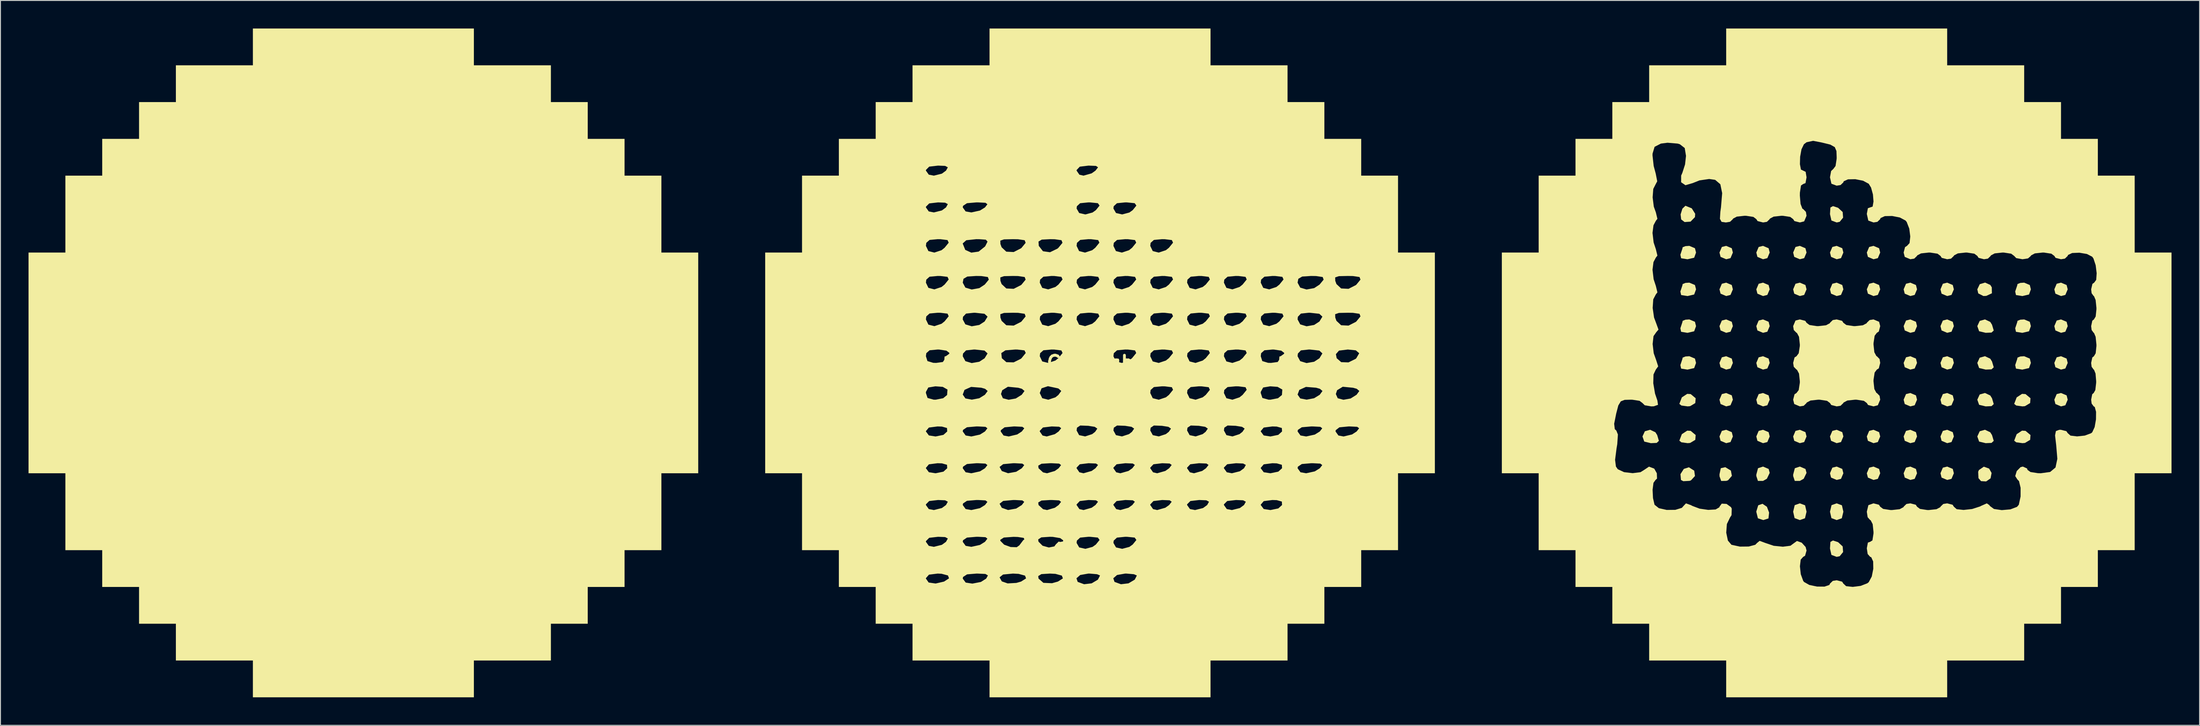
<source format=kicad_pcb>
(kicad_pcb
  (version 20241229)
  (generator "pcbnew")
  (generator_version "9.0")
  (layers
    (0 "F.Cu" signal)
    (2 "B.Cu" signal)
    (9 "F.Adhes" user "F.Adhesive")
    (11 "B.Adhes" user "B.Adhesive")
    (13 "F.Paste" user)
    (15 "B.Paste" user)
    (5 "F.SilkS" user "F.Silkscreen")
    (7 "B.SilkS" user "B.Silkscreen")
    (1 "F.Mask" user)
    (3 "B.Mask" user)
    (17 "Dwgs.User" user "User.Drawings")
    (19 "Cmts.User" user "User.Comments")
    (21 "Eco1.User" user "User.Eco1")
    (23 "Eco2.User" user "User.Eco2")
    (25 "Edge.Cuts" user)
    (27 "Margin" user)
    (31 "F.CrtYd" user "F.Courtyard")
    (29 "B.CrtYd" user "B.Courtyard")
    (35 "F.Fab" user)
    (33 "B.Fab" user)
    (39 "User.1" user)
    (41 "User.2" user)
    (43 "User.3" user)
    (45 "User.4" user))
  (footprint "Cerblights"
    (layer "F.Cu")
    (at 114.479 35.775)
    (property "Reference" "Cerblights" (at 0 0 0) (layer "F.SilkS") (effects (font (size 1.5 1.5) (thickness 0.3))))
    (attr board_only exclude_from_pos_files exclude_from_bom)
    (fp_poly (pts (xy 67.496 -12.268) (xy 67.614 -11.806) (xy 67.361 -11.208) (xy 66.899 -11.09) (xy 66.301 -11.343) (xy 66.183 -11.806) (xy 66.436 -12.404) (xy 66.899 -12.521)) (stroke (width 0) (type solid)) (fill yes) (layer "F.SilkS"))
    (fp_poly (pts (xy 67.496 -8.333) (xy 67.614 -7.87) (xy 67.361 -7.273) (xy 66.899 -7.155) (xy 66.301 -7.408) (xy 66.183 -7.87) (xy 66.436 -8.468) (xy 66.899 -8.586)) (stroke (width 0) (type solid)) (fill yes) (layer "F.SilkS"))
    (fp_poly (pts (xy 67.496 -4.398) (xy 67.614 -3.935) (xy 67.361 -3.337) (xy 66.899 -3.22) (xy 66.301 -3.473) (xy 66.183 -3.935) (xy 66.436 -4.533) (xy 66.899 -4.651)) (stroke (width 0) (type solid)) (fill yes) (layer "F.SilkS"))
    (fp_poly (pts (xy 67.496 -0.463) (xy 67.614 -0.000001) (xy 67.361 0.598) (xy 66.899 0.715) (xy 66.301 0.463) (xy 66.183 -0.000001) (xy 66.436 -0.598) (xy 66.899 -0.715)) (stroke (width 0) (type solid)) (fill yes) (layer "F.SilkS"))
    (fp_poly (pts (xy 67.496 3.473) (xy 67.614 3.935) (xy 67.361 4.533) (xy 66.899 4.651) (xy 66.301 4.398) (xy 66.183 3.935) (xy 66.436 3.337) (xy 66.899 3.22)) (stroke (width 0) (type solid)) (fill yes) (layer "F.SilkS"))
    (fp_poly (pts (xy 67.496 7.408) (xy 67.614 7.87) (xy 67.361 8.468) (xy 66.899 8.586) (xy 66.301 8.333) (xy 66.183 7.87) (xy 66.436 7.273) (xy 66.899 7.155)) (stroke (width 0) (type solid)) (fill yes) (layer "F.SilkS"))
    (fp_poly (pts (xy 71.432 -12.268) (xy 71.549 -11.806) (xy 71.296 -11.208) (xy 70.834 -11.09) (xy 70.236 -11.343) (xy 70.118 -11.806) (xy 70.371 -12.404) (xy 70.834 -12.521)) (stroke (width 0) (type solid)) (fill yes) (layer "F.SilkS"))
    (fp_poly (pts (xy 71.432 -8.333) (xy 71.549 -7.87) (xy 71.296 -7.273) (xy 70.834 -7.155) (xy 70.236 -7.408) (xy 70.118 -7.87) (xy 70.371 -8.468) (xy 70.834 -8.586)) (stroke (width 0) (type solid)) (fill yes) (layer "F.SilkS"))
    (fp_poly (pts (xy 71.432 -4.398) (xy 71.549 -3.935) (xy 71.296 -3.337) (xy 70.834 -3.22) (xy 70.236 -3.473) (xy 70.118 -3.935) (xy 70.371 -4.533) (xy 70.834 -4.651)) (stroke (width 0) (type solid)) (fill yes) (layer "F.SilkS"))
    (fp_poly (pts (xy 71.432 -0.463) (xy 71.549 -0.000001) (xy 71.296 0.598) (xy 70.834 0.715) (xy 70.236 0.463) (xy 70.118 -0.000001) (xy 70.371 -0.598) (xy 70.834 -0.715)) (stroke (width 0) (type solid)) (fill yes) (layer "F.SilkS"))
    (fp_poly (pts (xy 71.432 3.473) (xy 71.549 3.935) (xy 71.296 4.533) (xy 70.834 4.651) (xy 70.236 4.398) (xy 70.118 3.935) (xy 70.371 3.337) (xy 70.834 3.22)) (stroke (width 0) (type solid)) (fill yes) (layer "F.SilkS"))
    (fp_poly (pts (xy 71.432 7.408) (xy 71.549 7.87) (xy 71.296 8.468) (xy 70.834 8.586) (xy 70.236 8.333) (xy 70.118 7.87) (xy 70.371 7.273) (xy 70.834 7.155)) (stroke (width 0) (type solid)) (fill yes) (layer "F.SilkS"))
    (fp_poly (pts (xy 75.33 15.235) (xy 75.485 15.92) (xy 75.317 16.621) (xy 74.769 16.814) (xy 74.208 16.604) (xy 74.054 15.92) (xy 74.221 15.218) (xy 74.769 15.025)) (stroke (width 0) (type solid)) (fill yes) (layer "F.SilkS"))
    (fp_poly (pts (xy 75.367 -12.268) (xy 75.485 -11.806) (xy 75.232 -11.208) (xy 74.769 -11.09) (xy 74.171 -11.343) (xy 74.054 -11.806) (xy 74.306 -12.404) (xy 74.769 -12.521)) (stroke (width 0) (type solid)) (fill yes) (layer "F.SilkS"))
    (fp_poly (pts (xy 75.367 -8.333) (xy 75.485 -7.87) (xy 75.232 -7.273) (xy 74.769 -7.155) (xy 74.171 -7.408) (xy 74.054 -7.87) (xy 74.306 -8.468) (xy 74.769 -8.586)) (stroke (width 0) (type solid)) (fill yes) (layer "F.SilkS"))
    (fp_poly (pts (xy 75.367 7.408) (xy 75.485 7.87) (xy 75.232 8.468) (xy 74.769 8.586) (xy 74.171 8.333) (xy 74.054 7.87) (xy 74.306 7.273) (xy 74.769 7.155)) (stroke (width 0) (type solid)) (fill yes) (layer "F.SilkS"))
    (fp_poly (pts (xy 79.265 15.235) (xy 79.42 15.92) (xy 79.252 16.621) (xy 78.704 16.814) (xy 78.143 16.604) (xy 77.989 15.92) (xy 78.156 15.218) (xy 78.704 15.025)) (stroke (width 0) (type solid)) (fill yes) (layer "F.SilkS"))
    (fp_poly (pts (xy 79.302 -12.268) (xy 79.42 -11.806) (xy 79.167 -11.208) (xy 78.704 -11.09) (xy 78.106 -11.343) (xy 77.989 -11.806) (xy 78.242 -12.404) (xy 78.704 -12.521)) (stroke (width 0) (type solid)) (fill yes) (layer "F.SilkS"))
    (fp_poly (pts (xy 79.302 -8.333) (xy 79.42 -7.87) (xy 79.167 -7.273) (xy 78.704 -7.155) (xy 78.106 -7.408) (xy 77.989 -7.87) (xy 78.242 -8.468) (xy 78.704 -8.586)) (stroke (width 0) (type solid)) (fill yes) (layer "F.SilkS"))
    (fp_poly (pts (xy 79.302 7.408) (xy 79.42 7.87) (xy 79.167 8.468) (xy 78.704 8.586) (xy 78.106 8.333) (xy 77.989 7.87) (xy 78.242 7.273) (xy 78.704 7.155)) (stroke (width 0) (type solid)) (fill yes) (layer "F.SilkS"))
    (fp_poly (pts (xy 79.302 11.343) (xy 79.42 11.806) (xy 79.167 12.404) (xy 78.704 12.521) (xy 78.106 12.268) (xy 77.989 11.806) (xy 78.242 11.208) (xy 78.704 11.09)) (stroke (width 0) (type solid)) (fill yes) (layer "F.SilkS"))
    (fp_poly (pts (xy 83.237 -12.268) (xy 83.355 -11.806) (xy 83.102 -11.208) (xy 82.639 -11.09) (xy 82.042 -11.343) (xy 81.924 -11.806) (xy 82.177 -12.404) (xy 82.639 -12.521)) (stroke (width 0) (type solid)) (fill yes) (layer "F.SilkS"))
    (fp_poly (pts (xy 83.237 -8.333) (xy 83.355 -7.87) (xy 83.102 -7.273) (xy 82.639 -7.155) (xy 82.042 -7.408) (xy 81.924 -7.87) (xy 82.177 -8.468) (xy 82.639 -8.586)) (stroke (width 0) (type solid)) (fill yes) (layer "F.SilkS"))
    (fp_poly (pts (xy 83.237 7.408) (xy 83.355 7.87) (xy 83.102 8.468) (xy 82.639 8.586) (xy 82.042 8.333) (xy 81.924 7.87) (xy 82.177 7.273) (xy 82.639 7.155)) (stroke (width 0) (type solid)) (fill yes) (layer "F.SilkS"))
    (fp_poly (pts (xy 83.237 11.343) (xy 83.355 11.806) (xy 83.102 12.404) (xy 82.639 12.521) (xy 82.042 12.268) (xy 81.924 11.806) (xy 82.177 11.208) (xy 82.639 11.09)) (stroke (width 0) (type solid)) (fill yes) (layer "F.SilkS"))
    (fp_poly (pts (xy 87.173 -8.333) (xy 87.29 -7.87) (xy 87.037 -7.273) (xy 86.575 -7.155) (xy 85.977 -7.408) (xy 85.859 -7.87) (xy 86.112 -8.468) (xy 86.575 -8.586)) (stroke (width 0) (type solid)) (fill yes) (layer "F.SilkS"))
    (fp_poly (pts (xy 87.173 -4.398) (xy 87.29 -3.935) (xy 87.037 -3.337) (xy 86.575 -3.22) (xy 85.977 -3.473) (xy 85.859 -3.935) (xy 86.112 -4.533) (xy 86.575 -4.651)) (stroke (width 0) (type solid)) (fill yes) (layer "F.SilkS"))
    (fp_poly (pts (xy 87.173 -0.463) (xy 87.29 -0.000001) (xy 87.037 0.598) (xy 86.575 0.715) (xy 85.977 0.463) (xy 85.859 -0.000001) (xy 86.112 -0.598) (xy 86.575 -0.715)) (stroke (width 0) (type solid)) (fill yes) (layer "F.SilkS"))
    (fp_poly (pts (xy 87.173 3.473) (xy 87.29 3.935) (xy 87.037 4.533) (xy 86.575 4.651) (xy 85.977 4.398) (xy 85.859 3.935) (xy 86.112 3.337) (xy 86.575 3.22)) (stroke (width 0) (type solid)) (fill yes) (layer "F.SilkS"))
    (fp_poly (pts (xy 87.173 7.408) (xy 87.29 7.87) (xy 87.037 8.468) (xy 86.575 8.586) (xy 85.977 8.333) (xy 85.859 7.87) (xy 86.112 7.273) (xy 86.575 7.155)) (stroke (width 0) (type solid)) (fill yes) (layer "F.SilkS"))
    (fp_poly (pts (xy 87.173 11.343) (xy 87.29 11.806) (xy 87.037 12.404) (xy 86.575 12.521) (xy 85.977 12.268) (xy 85.859 11.806) (xy 86.112 11.208) (xy 86.575 11.09)) (stroke (width 0) (type solid)) (fill yes) (layer "F.SilkS"))
    (fp_poly (pts (xy 91.108 -8.333) (xy 91.225 -7.87) (xy 90.972 -7.273) (xy 90.51 -7.155) (xy 89.912 -7.408) (xy 89.794 -7.87) (xy 90.047 -8.468) (xy 90.51 -8.586)) (stroke (width 0) (type solid)) (fill yes) (layer "F.SilkS"))
    (fp_poly (pts (xy 91.108 -4.398) (xy 91.225 -3.935) (xy 90.972 -3.337) (xy 90.51 -3.22) (xy 89.912 -3.473) (xy 89.794 -3.935) (xy 90.047 -4.533) (xy 90.51 -4.651)) (stroke (width 0) (type solid)) (fill yes) (layer "F.SilkS"))
    (fp_poly (pts (xy 91.108 -0.463) (xy 91.225 -0.000001) (xy 90.972 0.598) (xy 90.51 0.715) (xy 89.912 0.463) (xy 89.794 -0.000001) (xy 90.047 -0.598) (xy 90.51 -0.715)) (stroke (width 0) (type solid)) (fill yes) (layer "F.SilkS"))
    (fp_poly (pts (xy 91.108 3.473) (xy 91.225 3.935) (xy 90.972 4.533) (xy 90.51 4.651) (xy 89.912 4.398) (xy 89.794 3.935) (xy 90.047 3.337) (xy 90.51 3.22)) (stroke (width 0) (type solid)) (fill yes) (layer "F.SilkS"))
    (fp_poly (pts (xy 91.108 7.408) (xy 91.225 7.87) (xy 90.972 8.468) (xy 90.51 8.586) (xy 89.912 8.333) (xy 89.794 7.87) (xy 90.047 7.273) (xy 90.51 7.155)) (stroke (width 0) (type solid)) (fill yes) (layer "F.SilkS"))
    (fp_poly (pts (xy 91.108 11.343) (xy 91.225 11.806) (xy 90.972 12.404) (xy 90.51 12.521) (xy 89.912 12.268) (xy 89.794 11.806) (xy 90.047 11.208) (xy 90.51 11.09)) (stroke (width 0) (type solid)) (fill yes) (layer "F.SilkS"))
    (fp_poly (pts (xy 103.271 -8.333) (xy 103.389 -7.87) (xy 103.136 -7.273) (xy 102.673 -7.155) (xy 102.075 -7.408) (xy 101.958 -7.87) (xy 102.211 -8.468) (xy 102.673 -8.586)) (stroke (width 0) (type solid)) (fill yes) (layer "F.SilkS"))
    (fp_poly (pts (xy 103.271 -4.398) (xy 103.389 -3.935) (xy 103.136 -3.337) (xy 102.673 -3.22) (xy 102.075 -3.473) (xy 101.958 -3.935) (xy 102.211 -4.533) (xy 102.673 -4.651)) (stroke (width 0) (type solid)) (fill yes) (layer "F.SilkS"))
    (fp_poly (pts (xy 103.271 -0.463) (xy 103.389 -0.000001) (xy 103.136 0.598) (xy 102.673 0.715) (xy 102.075 0.463) (xy 101.958 -0.000001) (xy 102.211 -0.598) (xy 102.673 -0.715)) (stroke (width 0) (type solid)) (fill yes) (layer "F.SilkS"))
    (fp_poly (pts (xy 103.271 3.473) (xy 103.389 3.935) (xy 103.136 4.533) (xy 102.673 4.651) (xy 102.075 4.398) (xy 101.958 3.935) (xy 102.211 3.337) (xy 102.673 3.22)) (stroke (width 0) (type solid)) (fill yes) (layer "F.SilkS"))
    (fp_poly (pts (xy 59.339 7.421) (xy 59.527 7.721) (xy 59.71 8.339) (xy 59.474 8.559) (xy 58.849 8.586) (xy 58.148 8.418) (xy 57.955 7.87) (xy 58.211 7.313) (xy 58.774 7.153)) (stroke (width 0) (type solid)) (fill yes) (layer "F.SilkS"))
    (fp_poly (pts (xy 63.106 3.335) (xy 63.638 3.779) (xy 63.599 4.296) (xy 63.051 4.626) (xy 62.785 4.651) (xy 62.114 4.559) (xy 61.896 4.382) (xy 62.161 3.69) (xy 62.736 3.312)) (stroke (width 0) (type solid)) (fill yes) (layer "F.SilkS"))
    (fp_poly (pts (xy 63.106 7.27) (xy 63.638 7.715) (xy 63.599 8.231) (xy 63.051 8.561) (xy 62.785 8.586) (xy 62.114 8.494) (xy 61.896 8.318) (xy 62.161 7.625) (xy 62.736 7.247)) (stroke (width 0) (type solid)) (fill yes) (layer "F.SilkS"))
    (fp_poly (pts (xy 63.485 11.53) (xy 63.565 12.101) (xy 63.139 12.565) (xy 62.981 12.62) (xy 62.317 12.655) (xy 62.068 12.52) (xy 62.014 11.901) (xy 62.372 11.34) (xy 62.915 11.166)) (stroke (width 0) (type solid)) (fill yes) (layer "F.SilkS"))
    (fp_poly (pts (xy 67.401 11.519) (xy 67.509 12.082) (xy 67.106 12.551) (xy 66.916 12.62) (xy 66.366 12.63) (xy 66.189 12.14) (xy 66.183 11.925) (xy 66.324 11.264) (xy 66.805 11.157)) (stroke (width 0) (type solid)) (fill yes) (layer "F.SilkS"))
    (fp_poly (pts (xy 71.436 11.347) (xy 71.549 11.764) (xy 71.247 12.393) (xy 70.834 12.625) (xy 70.291 12.623) (xy 70.121 12.109) (xy 70.118 11.951) (xy 70.3 11.267) (xy 70.834 11.09)) (stroke (width 0) (type solid)) (fill yes) (layer "F.SilkS"))
    (fp_poly (pts (xy 75.371 11.347) (xy 75.485 11.764) (xy 75.182 12.393) (xy 74.769 12.625) (xy 74.226 12.623) (xy 74.057 12.109) (xy 74.054 11.951) (xy 74.235 11.267) (xy 74.769 11.09)) (stroke (width 0) (type solid)) (fill yes) (layer "F.SilkS"))
    (fp_poly (pts (xy 78.854 -16.597) (xy 79.344 -16.144) (xy 79.392 -15.541) (xy 79.029 -15.095) (xy 78.704 -15.025) (xy 78.143 -15.235) (xy 77.989 -15.92) (xy 78.035 -16.624) (xy 78.31 -16.774)) (stroke (width 0) (type solid)) (fill yes) (layer "F.SilkS"))
    (fp_poly (pts (xy 78.854 19.178) (xy 79.344 19.631) (xy 79.392 20.233) (xy 79.029 20.68) (xy 78.704 20.749) (xy 78.143 20.54) (xy 77.989 19.855) (xy 78.035 19.151) (xy 78.31 19)) (stroke (width 0) (type solid)) (fill yes) (layer "F.SilkS"))
    (fp_poly (pts (xy 94.992 11.306) (xy 95.256 11.775) (xy 95.147 12.351) (xy 94.672 12.681) (xy 94.127 12.648) (xy 93.855 12.332) (xy 93.822 11.651) (xy 93.898 11.465) (xy 94.427 11.102)) (stroke (width 0) (type solid)) (fill yes) (layer "F.SilkS"))
    (fp_poly (pts (xy 95.114 -4.385) (xy 95.301 -4.085) (xy 95.485 -3.466) (xy 95.249 -3.247) (xy 94.624 -3.22) (xy 93.923 -3.387) (xy 93.73 -3.935) (xy 93.985 -4.493) (xy 94.549 -4.652)) (stroke (width 0) (type solid)) (fill yes) (layer "F.SilkS"))
    (fp_poly (pts (xy 95.114 -0.45) (xy 95.301 -0.15) (xy 95.485 0.469) (xy 95.249 0.689) (xy 94.624 0.715) (xy 93.923 0.548) (xy 93.73 -0.000001) (xy 93.985 -0.557) (xy 94.549 -0.717)) (stroke (width 0) (type solid)) (fill yes) (layer "F.SilkS"))
    (fp_poly (pts (xy 95.114 3.485) (xy 95.301 3.786) (xy 95.485 4.404) (xy 95.249 4.624) (xy 94.624 4.651) (xy 93.923 4.483) (xy 93.73 3.935) (xy 93.985 3.378) (xy 94.549 3.218)) (stroke (width 0) (type solid)) (fill yes) (layer "F.SilkS"))
    (fp_poly (pts (xy 95.114 7.421) (xy 95.301 7.721) (xy 95.485 8.339) (xy 95.249 8.559) (xy 94.624 8.586) (xy 93.923 8.418) (xy 93.73 7.87) (xy 93.985 7.313) (xy 94.549 7.153)) (stroke (width 0) (type solid)) (fill yes) (layer "F.SilkS"))
    (fp_poly (pts (xy 95.12 -8.34) (xy 95.277 -8.084) (xy 95.289 -7.448) (xy 94.689 -7.17) (xy 94.385 -7.155) (xy 93.832 -7.435) (xy 93.73 -7.87) (xy 93.992 -8.422) (xy 94.563 -8.594)) (stroke (width 0) (type solid)) (fill yes) (layer "F.SilkS"))
    (fp_poly (pts (xy 98.881 3.335) (xy 99.413 3.779) (xy 99.373 4.296) (xy 98.825 4.626) (xy 98.559 4.651) (xy 97.889 4.559) (xy 97.67 4.382) (xy 97.935 3.69) (xy 98.51 3.312)) (stroke (width 0) (type solid)) (fill yes) (layer "F.SilkS"))
    (fp_poly (pts (xy 98.881 7.27) (xy 99.413 7.715) (xy 99.373 8.231) (xy 98.825 8.561) (xy 98.559 8.586) (xy 97.889 8.494) (xy 97.67 8.318) (xy 97.935 7.625) (xy 98.51 7.247)) (stroke (width 0) (type solid)) (fill yes) (layer "F.SilkS"))
    (fp_poly (pts (xy 63.222 -16.536) (xy 63.587 -15.954) (xy 63.563 -15.598) (xy 63.095 -15.116) (xy 62.457 -15.069) (xy 62.089 -15.351) (xy 62.029 -15.887) (xy 62.221 -16.503) (xy 62.541 -16.808) (xy 62.554 -16.809)) (stroke (width 0) (type solid)) (fill yes) (layer "F.SilkS"))
    (fp_poly (pts (xy 71.252 15.394) (xy 71.485 16.013) (xy 71.416 16.641) (xy 70.862 16.814) (xy 70.859 16.814) (xy 70.288 16.623) (xy 70.119 15.939) (xy 70.118 15.893) (xy 70.323 15.232) (xy 70.78 15.072)) (stroke (width 0) (type solid)) (fill yes) (layer "F.SilkS"))
    (fp_poly (pts (xy 63.561 -12.268) (xy 63.679 -11.806) (xy 63.479 -11.253) (xy 62.776 -11.09) (xy 62.746 -11.09) (xy 62.086 -11.196) (xy 62.003 -11.576) (xy 62.031 -11.656) (xy 62.22 -12.226) (xy 62.248 -12.372) (xy 62.549 -12.493) (xy 62.963 -12.521)) (stroke (width 0) (type solid)) (fill yes) (layer "F.SilkS"))
    (fp_poly (pts (xy 63.561 -8.333) (xy 63.679 -7.87) (xy 63.479 -7.318) (xy 62.776 -7.155) (xy 62.746 -7.155) (xy 62.086 -7.261) (xy 62.003 -7.641) (xy 62.031 -7.721) (xy 62.22 -8.291) (xy 62.248 -8.436) (xy 62.549 -8.558) (xy 62.963 -8.586)) (stroke (width 0) (type solid)) (fill yes) (layer "F.SilkS"))
    (fp_poly (pts (xy 63.561 -4.398) (xy 63.679 -3.935) (xy 63.479 -3.383) (xy 62.776 -3.22) (xy 62.746 -3.22) (xy 62.086 -3.326) (xy 62.003 -3.706) (xy 62.031 -3.786) (xy 62.22 -4.356) (xy 62.248 -4.501) (xy 62.549 -4.623) (xy 62.963 -4.651)) (stroke (width 0) (type solid)) (fill yes) (layer "F.SilkS"))
    (fp_poly (pts (xy 63.561 -0.463) (xy 63.679 -0.000001) (xy 63.479 0.553) (xy 62.776 0.715) (xy 62.746 0.715) (xy 62.086 0.609) (xy 62.003 0.229) (xy 62.031 0.15) (xy 62.22 -0.421) (xy 62.248 -0.566) (xy 62.549 -0.688) (xy 62.963 -0.715)) (stroke (width 0) (type solid)) (fill yes) (layer "F.SilkS"))
    (fp_poly (pts (xy 99.336 -8.333) (xy 99.454 -7.87) (xy 99.254 -7.318) (xy 98.551 -7.155) (xy 98.521 -7.155) (xy 97.861 -7.261) (xy 97.778 -7.641) (xy 97.805 -7.721) (xy 97.995 -8.291) (xy 98.023 -8.436) (xy 98.324 -8.558) (xy 98.738 -8.586)) (stroke (width 0) (type solid)) (fill yes) (layer "F.SilkS"))
    (fp_poly (pts (xy 99.336 -4.398) (xy 99.454 -3.935) (xy 99.254 -3.383) (xy 98.551 -3.22) (xy 98.521 -3.22) (xy 97.861 -3.326) (xy 97.778 -3.706) (xy 97.805 -3.786) (xy 97.995 -4.356) (xy 98.023 -4.501) (xy 98.324 -4.623) (xy 98.738 -4.651)) (stroke (width 0) (type solid)) (fill yes) (layer "F.SilkS"))
    (fp_poly (pts (xy 99.336 -0.463) (xy 99.454 -0.000001) (xy 99.254 0.553) (xy 98.551 0.715) (xy 98.521 0.715) (xy 97.861 0.609) (xy 97.778 0.229) (xy 97.805 0.15) (xy 97.995 -0.421) (xy 98.023 -0.566) (xy 98.324 -0.688) (xy 98.738 -0.715)) (stroke (width 0) (type solid)) (fill yes) (layer "F.SilkS"))
    (fp_poly (pts (xy -66.899 -33.807) (xy -66.899 -31.839) (xy -62.785 -31.839) (xy -58.67 -31.839) (xy -58.67 -29.872) (xy -58.67 -27.904) (xy -56.703 -27.904) (xy -54.735 -27.904) (xy -54.735 -25.937) (xy -54.735 -23.969) (xy -52.768 -23.969) (xy -50.8 -23.969) (xy -50.8 -22.001) (xy -50.8 -20.034) (xy -48.832 -20.034) (xy -46.865 -20.034) (xy -46.865 -15.92) (xy -46.865 -11.806) (xy -44.897 -11.806) (xy -42.93 -11.806) (xy -42.93 -0.000001) (xy -42.93 11.806) (xy -44.897 11.806) (xy -46.865 11.806) (xy -46.865 15.92) (xy -46.865 20.034) (xy -48.832 20.034) (xy -50.8 20.034) (xy -50.8 22.001) (xy -50.8 23.969) (xy -52.768 23.969) (xy -54.735 23.969) (xy -54.735 25.937) (xy -54.735 27.904) (xy -56.703 27.904) (xy -58.67 27.904) (xy -58.67 29.872) (xy -58.67 31.839) (xy -62.785 31.839) (xy -66.899 31.839) (xy -66.899 33.807) (xy -66.899 35.775) (xy -78.704 35.775) (xy -90.51 35.775) (xy -90.51 33.807) (xy -90.51 31.839) (xy -94.624 31.839) (xy -98.738 31.839) (xy -98.738 29.872) (xy -98.738 27.904) (xy -100.706 27.904) (xy -102.673 27.904) (xy -102.673 25.937) (xy -102.673 23.969) (xy -104.641 23.969) (xy -106.608 23.969) (xy -106.608 22.001) (xy -106.608 20.034) (xy -108.576 20.034) (xy -110.544 20.034) (xy -110.544 15.92) (xy -110.544 11.806) (xy -112.511 11.806) (xy -114.479 11.806) (xy -114.479 -0.000001) (xy -114.479 -11.806) (xy -112.511 -11.806) (xy -110.544 -11.806) (xy -110.544 -15.92) (xy -110.544 -20.034) (xy -108.576 -20.034) (xy -106.608 -20.034) (xy -106.608 -22.001) (xy -106.608 -23.969) (xy -104.641 -23.969) (xy -102.673 -23.969) (xy -102.673 -25.937) (xy -102.673 -27.904) (xy -100.706 -27.904) (xy -98.738 -27.904) (xy -98.738 -29.872) (xy -98.738 -31.839) (xy -94.624 -31.839) (xy -90.51 -31.839) (xy -90.51 -33.807) (xy -90.51 -35.775) (xy -78.704 -35.775) (xy -66.899 -35.775)) (stroke (width 0) (type solid)) (fill yes) (layer "F.SilkS"))
    (fp_poly (pts (xy 83.237 -4.398) (xy 83.355 -3.935) (xy 83.205 -3.354) (xy 82.997 -3.22) (xy 82.761 -2.905) (xy 82.643 -2.132) (xy 82.639 -1.968) (xy 82.729 -1.14) (xy 82.95 -0.726) (xy 82.997 -0.715) (xy 83.288 -0.416) (xy 83.355 -0.000001) (xy 83.205 0.581) (xy 82.997 0.715) (xy 82.761 1.03) (xy 82.643 1.803) (xy 82.639 1.968) (xy 82.729 2.795) (xy 82.95 3.209) (xy 82.997 3.22) (xy 83.288 3.519) (xy 83.355 3.935) (xy 83.102 4.533) (xy 82.639 4.651) (xy 82.058 4.501) (xy 81.924 4.293) (xy 81.609 4.056) (xy 80.836 3.938) (xy 80.672 3.935) (xy 79.844 4.025) (xy 79.431 4.246) (xy 79.42 4.293) (xy 79.12 4.584) (xy 78.704 4.651) (xy 78.123 4.501) (xy 77.989 4.293) (xy 77.674 4.056) (xy 76.901 3.938) (xy 76.737 3.935) (xy 75.909 4.025) (xy 75.495 4.246) (xy 75.485 4.293) (xy 75.185 4.584) (xy 74.769 4.651) (xy 74.171 4.398) (xy 74.054 3.935) (xy 74.203 3.354) (xy 74.411 3.22) (xy 74.648 2.905) (xy 74.766 2.132) (xy 74.769 1.968) (xy 74.679 1.14) (xy 74.458 0.726) (xy 74.411 0.715) (xy 74.121 0.416) (xy 74.054 -0.000001) (xy 74.203 -0.581) (xy 74.411 -0.715) (xy 74.648 -1.03) (xy 74.766 -1.803) (xy 74.769 -1.968) (xy 74.679 -2.795) (xy 74.458 -3.209) (xy 74.411 -3.22) (xy 74.121 -3.519) (xy 74.054 -3.935) (xy 74.306 -4.533) (xy 74.769 -4.651) (xy 75.35 -4.501) (xy 75.485 -4.293) (xy 75.799 -4.056) (xy 76.572 -3.938) (xy 76.737 -3.935) (xy 77.564 -4.025) (xy 77.978 -4.246) (xy 77.989 -4.293) (xy 78.288 -4.584) (xy 78.704 -4.651) (xy 79.286 -4.501) (xy 79.42 -4.293) (xy 79.734 -4.056) (xy 80.508 -3.938) (xy 80.672 -3.935) (xy 81.499 -4.025) (xy 81.913 -4.246) (xy 81.924 -4.293) (xy 82.224 -4.584) (xy 82.639 -4.651)) (stroke (width 0) (type solid)) (fill yes) (layer "F.SilkS"))
    (fp_poly (pts (xy 90.51 -33.807) (xy 90.51 -31.839) (xy 94.624 -31.839) (xy 98.738 -31.839) (xy 98.738 -29.872) (xy 98.738 -27.904) (xy 100.706 -27.904) (xy 102.673 -27.904) (xy 102.673 -25.937) (xy 102.673 -23.969) (xy 104.641 -23.969) (xy 106.608 -23.969) (xy 106.608 -22.001) (xy 106.608 -20.034) (xy 108.576 -20.034) (xy 110.544 -20.034) (xy 110.544 -15.92) (xy 110.544 -11.806) (xy 112.511 -11.806) (xy 114.479 -11.806) (xy 114.479 -0.000001) (xy 114.479 11.806) (xy 112.511 11.806) (xy 110.544 11.806) (xy 110.544 15.92) (xy 110.544 20.034) (xy 108.576 20.034) (xy 106.608 20.034) (xy 106.608 22.001) (xy 106.608 23.969) (xy 104.641 23.969) (xy 102.673 23.969) (xy 102.673 25.937) (xy 102.673 27.904) (xy 100.706 27.904) (xy 98.738 27.904) (xy 98.738 29.872) (xy 98.738 31.839) (xy 94.624 31.839) (xy 90.51 31.839) (xy 90.51 33.807) (xy 90.51 35.775) (xy 78.704 35.775) (xy 66.899 35.775) (xy 66.899 33.807) (xy 66.899 31.839) (xy 62.785 31.839) (xy 58.67 31.839) (xy 58.67 29.872) (xy 58.67 27.904) (xy 56.703 27.904) (xy 54.735 27.904) (xy 54.735 25.937) (xy 54.735 23.969) (xy 52.768 23.969) (xy 50.8 23.969) (xy 50.8 22.001) (xy 50.8 20.034) (xy 48.832 20.034) (xy 46.865 20.034) (xy 46.865 15.92) (xy 46.865 11.806) (xy 44.897 11.806) (xy 42.93 11.806) (xy 42.93 6.512) (xy 54.931 6.512) (xy 54.998 7.088) (xy 55.162 7.237) (xy 55.331 7.66) (xy 55.262 8.687) (xy 55.185 9.151) (xy 55.029 10.366) (xy 55.119 11.086) (xy 55.319 11.376) (xy 55.99 11.687) (xy 56.908 11.795) (xy 57.743 11.692) (xy 58.134 11.448) (xy 58.654 11.098) (xy 59.213 11.311) (xy 59.49 11.806) (xy 59.51 12.376) (xy 59.352 12.521) (xy 59.131 12.828) (xy 59.036 13.567) (xy 59.079 14.462) (xy 59.245 15.175) (xy 59.708 15.543) (xy 60.546 15.729) (xy 61.464 15.72) (xy 62.164 15.506) (xy 62.35 15.294) (xy 62.603 15.027) (xy 63.146 15.222) (xy 63.27 15.294) (xy 64.065 15.594) (xy 64.984 15.725) (xy 65.771 15.679) (xy 66.172 15.447) (xy 66.183 15.383) (xy 66.425 15.056) (xy 66.938 15.086) (xy 67.407 15.425) (xy 67.494 15.586) (xy 67.471 16.291) (xy 67.304 16.552) (xy 66.973 17.24) (xy 66.905 18.162) (xy 67.082 19.008) (xy 67.464 19.459) (xy 68.366 19.653) (xy 69.311 19.644) (xy 70.012 19.455) (xy 70.195 19.267) (xy 70.474 19.037) (xy 71.096 19.267) (xy 71.976 19.565) (xy 72.956 19.664) (xy 73.764 19.561) (xy 74.12 19.298) (xy 74.46 19.052) (xy 74.968 19.233) (xy 75.385 19.692) (xy 75.485 20.072) (xy 75.327 20.632) (xy 75.127 20.749) (xy 74.861 21.048) (xy 74.778 21.758) (xy 74.869 22.605) (xy 75.125 23.31) (xy 75.216 23.434) (xy 75.778 23.754) (xy 76.599 23.927) (xy 77.404 23.933) (xy 77.922 23.757) (xy 77.989 23.611) (xy 78.288 23.321) (xy 78.704 23.254) (xy 79.286 23.403) (xy 79.42 23.611) (xy 79.716 23.886) (xy 80.422 23.962) (xy 81.265 23.855) (xy 81.973 23.581) (xy 82.128 23.458) (xy 82.454 22.853) (xy 82.617 22.024) (xy 82.602 21.243) (xy 82.394 20.784) (xy 82.282 20.749) (xy 82.015 20.443) (xy 81.924 19.834) (xy 82.038 19.225) (xy 82.282 19.139) (xy 82.525 18.988) (xy 82.637 18.259) (xy 82.639 18.087) (xy 82.551 17.251) (xy 82.333 16.827) (xy 82.282 16.814) (xy 82.013 16.508) (xy 81.924 15.92) (xy 82.092 15.218) (xy 82.639 15.025) (xy 83.221 15.175) (xy 83.355 15.383) (xy 83.669 15.62) (xy 84.443 15.738) (xy 84.607 15.741) (xy 85.435 15.651) (xy 85.848 15.43) (xy 85.859 15.383) (xy 86.159 15.092) (xy 86.575 15.025) (xy 87.156 15.175) (xy 87.29 15.383) (xy 87.605 15.62) (xy 88.378 15.738) (xy 88.542 15.741) (xy 89.37 15.651) (xy 89.784 15.43) (xy 89.794 15.383) (xy 90.094 15.092) (xy 90.51 15.025) (xy 91.091 15.175) (xy 91.225 15.383) (xy 91.527 15.65) (xy 92.262 15.73) (xy 93.176 15.631) (xy 94.013 15.361) (xy 94.139 15.294) (xy 94.747 15.027) (xy 95.029 15.222) (xy 95.058 15.294) (xy 95.509 15.627) (xy 96.343 15.749) (xy 97.262 15.67) (xy 97.97 15.402) (xy 98.163 15.175) (xy 98.353 14.296) (xy 98.355 13.358) (xy 98.186 12.651) (xy 98.002 12.455) (xy 97.782 12.106) (xy 97.942 11.57) (xy 98.348 11.155) (xy 98.597 11.09) (xy 99.048 11.296) (xy 99.096 11.448) (xy 99.413 11.673) (xy 100.203 11.797) (xy 100.503 11.806) (xy 101.511 11.669) (xy 102.085 11.189) (xy 102.281 10.259) (xy 102.156 8.772) (xy 102.15 8.729) (xy 102.037 7.755) (xy 102.127 7.294) (xy 102.479 7.16) (xy 102.651 7.155) (xy 103.244 7.301) (xy 103.389 7.513) (xy 103.686 7.778) (xy 104.39 7.862) (xy 105.217 7.775) (xy 105.884 7.526) (xy 106.008 7.423) (xy 106.267 6.865) (xy 106.409 6.042) (xy 106.418 5.231) (xy 106.278 4.714) (xy 106.165 4.651) (xy 105.944 4.35) (xy 105.893 3.935) (xy 106.006 3.353) (xy 106.161 3.22) (xy 106.339 2.905) (xy 106.427 2.131) (xy 106.43 1.968) (xy 106.362 1.14) (xy 106.196 0.726) (xy 106.161 0.715) (xy 105.943 0.415) (xy 105.893 -0.000001) (xy 106.017 -0.582) (xy 106.188 -0.715) (xy 106.376 -1.03) (xy 106.457 -1.802) (xy 106.456 -1.967) (xy 106.371 -2.795) (xy 106.196 -3.208) (xy 106.161 -3.219) (xy 105.943 -3.52) (xy 105.893 -3.935) (xy 106.017 -4.517) (xy 106.188 -4.651) (xy 106.376 -4.965) (xy 106.457 -5.738) (xy 106.456 -5.902) (xy 106.371 -6.73) (xy 106.196 -7.143) (xy 106.161 -7.154) (xy 105.943 -7.455) (xy 105.893 -7.87) (xy 106.028 -8.452) (xy 106.214 -8.586) (xy 106.434 -8.885) (xy 106.482 -9.597) (xy 106.377 -10.449) (xy 106.141 -11.165) (xy 106.008 -11.358) (xy 105.442 -11.653) (xy 104.633 -11.789) (xy 103.863 -11.756) (xy 103.417 -11.545) (xy 103.389 -11.448) (xy 103.089 -11.157) (xy 102.673 -11.09) (xy 102.092 -11.24) (xy 101.958 -11.448) (xy 101.643 -11.684) (xy 100.87 -11.803) (xy 100.706 -11.806) (xy 99.878 -11.716) (xy 99.464 -11.495) (xy 99.454 -11.448) (xy 99.147 -11.179) (xy 98.559 -11.09) (xy 97.887 -11.213) (xy 97.665 -11.448) (xy 97.35 -11.684) (xy 96.577 -11.803) (xy 96.413 -11.806) (xy 95.585 -11.716) (xy 95.171 -11.495) (xy 95.161 -11.448) (xy 94.861 -11.157) (xy 94.445 -11.09) (xy 93.864 -11.24) (xy 93.73 -11.448) (xy 93.415 -11.684) (xy 92.642 -11.803) (xy 92.477 -11.806) (xy 91.65 -11.716) (xy 91.236 -11.495) (xy 91.225 -11.448) (xy 90.926 -11.157) (xy 90.51 -11.09) (xy 89.929 -11.24) (xy 89.794 -11.448) (xy 89.48 -11.684) (xy 88.707 -11.803) (xy 88.542 -11.806) (xy 87.715 -11.716) (xy 87.301 -11.495) (xy 87.29 -11.448) (xy 86.991 -11.157) (xy 86.575 -11.09) (xy 85.977 -11.343) (xy 85.859 -11.806) (xy 86.009 -12.387) (xy 86.217 -12.521) (xy 86.491 -12.817) (xy 86.568 -13.523) (xy 86.461 -14.366) (xy 86.187 -15.074) (xy 86.064 -15.23) (xy 85.459 -15.555) (xy 84.63 -15.718) (xy 83.849 -15.704) (xy 83.39 -15.495) (xy 83.355 -15.383) (xy 83.055 -15.092) (xy 82.639 -15.025) (xy 82.083 -15.229) (xy 81.924 -15.941) (xy 82.038 -16.549) (xy 82.282 -16.635) (xy 82.545 -16.723) (xy 82.639 -17.265) (xy 82.579 -18.022) (xy 82.378 -18.756) (xy 82.128 -19.165) (xy 81.524 -19.491) (xy 80.695 -19.654) (xy 79.914 -19.639) (xy 79.454 -19.431) (xy 79.42 -19.318) (xy 79.12 -19.028) (xy 78.704 -18.961) (xy 78.143 -19.17) (xy 77.989 -19.855) (xy 78.111 -20.527) (xy 78.346 -20.749) (xy 78.583 -21.064) (xy 78.701 -21.836) (xy 78.704 -21.995) (xy 78.679 -22.667) (xy 78.502 -23.085) (xy 78.022 -23.356) (xy 77.086 -23.585) (xy 76.189 -23.758) (xy 75.493 -23.61) (xy 75.206 -23.393) (xy 74.944 -22.85) (xy 74.8 -22.058) (xy 74.778 -21.256) (xy 74.887 -20.681) (xy 75.127 -20.57) (xy 75.39 -20.442) (xy 75.485 -19.855) (xy 75.373 -19.233) (xy 75.127 -19.139) (xy 74.892 -18.978) (xy 74.776 -18.223) (xy 74.769 -17.908) (xy 74.847 -17.005) (xy 75.043 -16.497) (xy 75.127 -16.456) (xy 75.417 -16.157) (xy 75.485 -15.741) (xy 75.232 -15.143) (xy 74.769 -15.025) (xy 74.188 -15.175) (xy 74.054 -15.383) (xy 73.739 -15.62) (xy 72.966 -15.738) (xy 72.801 -15.741) (xy 71.974 -15.651) (xy 71.56 -15.43) (xy 71.549 -15.383) (xy 71.25 -15.092) (xy 70.834 -15.025) (xy 70.252 -15.175) (xy 70.118 -15.383) (xy 69.804 -15.62) (xy 69.031 -15.738) (xy 68.866 -15.741) (xy 68.039 -15.651) (xy 67.625 -15.43) (xy 67.614 -15.383) (xy 67.313 -15.098) (xy 66.858 -15.025) (xy 66.405 -15.091) (xy 66.231 -15.413) (xy 66.278 -16.176) (xy 66.344 -16.64) (xy 66.47 -18.161) (xy 66.275 -19.114) (xy 65.721 -19.585) (xy 65.081 -19.676) (xy 64.051 -19.527) (xy 63.325 -19.238) (xy 62.548 -19.01) (xy 62.084 -19.328) (xy 62.088 -20.04) (xy 62.215 -20.33) (xy 62.505 -21.232) (xy 62.606 -22.15) (xy 62.47 -22.987) (xy 61.95 -23.393) (xy 61.711 -23.464) (xy 60.632 -23.554) (xy 59.923 -23.464) (xy 59.251 -23.118) (xy 59.033 -22.395) (xy 59.028 -22.197) (xy 59.153 -21.068) (xy 59.372 -20.249) (xy 59.532 -19.429) (xy 59.372 -19.131) (xy 59.11 -18.615) (xy 59.041 -17.711) (xy 59.165 -16.722) (xy 59.387 -16.097) (xy 59.551 -15.416) (xy 59.387 -15.205) (xy 59.131 -14.722) (xy 59.028 -13.907) (xy 59.147 -12.887) (xy 59.387 -12.162) (xy 59.551 -11.481) (xy 59.387 -11.27) (xy 59.131 -10.787) (xy 59.028 -9.972) (xy 59.147 -8.952) (xy 59.387 -8.226) (xy 59.551 -7.546) (xy 59.387 -7.334) (xy 59.108 -6.803) (xy 59.045 -5.88) (xy 59.192 -4.856) (xy 59.437 -4.197) (xy 59.667 -3.564) (xy 59.437 -3.296) (xy 59.135 -2.864) (xy 59.041 -2.02) (xy 59.157 -1.035) (xy 59.423 -0.289) (xy 59.634 0.371) (xy 59.379 0.72) (xy 59.133 1.239) (xy 59.11 2.178) (xy 59.297 3.283) (xy 59.549 4.025) (xy 59.616 4.486) (xy 59.159 4.643) (xy 58.888 4.651) (xy 58.197 4.533) (xy 57.955 4.293) (xy 57.641 4.056) (xy 56.868 3.938) (xy 56.71 3.935) (xy 56.053 3.954) (xy 55.642 4.11) (xy 55.374 4.553) (xy 55.146 5.431) (xy 54.931 6.512) (xy 42.93 6.512) (xy 42.93 -0.000001) (xy 42.93 -11.806) (xy 44.897 -11.806) (xy 46.865 -11.806) (xy 46.865 -15.92) (xy 46.865 -20.034) (xy 48.832 -20.034) (xy 50.8 -20.034) (xy 50.8 -22.001) (xy 50.8 -23.969) (xy 52.768 -23.969) (xy 54.735 -23.969) (xy 54.735 -25.937) (xy 54.735 -27.904) (xy 56.703 -27.904) (xy 58.67 -27.904) (xy 58.67 -29.872) (xy 58.67 -31.839) (xy 62.785 -31.839) (xy 66.899 -31.839) (xy 66.899 -33.807) (xy 66.899 -35.775) (xy 78.704 -35.775) (xy 90.51 -35.775)) (stroke (width 0) (type solid)) (fill yes) (layer "F.SilkS"))
    (fp_poly (pts (xy 11.806 -33.807) (xy 11.806 -31.839) (xy 15.92 -31.839) (xy 20.034 -31.839) (xy 20.034 -29.872) (xy 20.034 -27.904) (xy 22.001 -27.904) (xy 23.969 -27.904) (xy 23.969 -25.937) (xy 23.969 -23.969) (xy 25.937 -23.969) (xy 27.904 -23.969) (xy 27.904 -22.001) (xy 27.904 -20.034) (xy 29.872 -20.034) (xy 31.839 -20.034) (xy 31.839 -15.92) (xy 31.839 -11.806) (xy 33.807 -11.806) (xy 35.775 -11.806) (xy 35.775 -0.000001) (xy 35.775 11.806) (xy 33.807 11.806) (xy 31.839 11.806) (xy 31.839 15.92) (xy 31.839 20.034) (xy 29.872 20.034) (xy 27.904 20.034) (xy 27.904 22.001) (xy 27.904 23.969) (xy 25.937 23.969) (xy 23.969 23.969) (xy 23.969 25.937) (xy 23.969 27.904) (xy 22.001 27.904) (xy 20.034 27.904) (xy 20.034 29.872) (xy 20.034 31.839) (xy 15.92 31.839) (xy 11.806 31.839) (xy 11.806 33.807) (xy 11.806 35.775) (xy 0 35.775) (xy -11.806 35.775) (xy -11.806 33.807) (xy -11.806 31.839) (xy -15.92 31.839) (xy -20.034 31.839) (xy -20.034 29.872) (xy -20.034 27.904) (xy -22.001 27.904) (xy -23.969 27.904) (xy -23.969 25.937) (xy -23.969 23.969) (xy -25.937 23.969) (xy -27.904 23.969) (xy -27.904 23.075) (xy -18.603 23.075) (xy -18.308 23.495) (xy -17.564 23.602) (xy -16.664 23.394) (xy -16.175 23.075) (xy -14.668 23.075) (xy -14.35 23.502) (xy -13.638 23.611) (xy -12.73 23.435) (xy -12.163 23.075) (xy -12.089 22.94) (xy -10.733 22.94) (xy -10.494 23.373) (xy -9.87 23.59) (xy -8.941 23.537) (xy -8.436 23.394) (xy -7.902 23.054) (xy -7.994 22.808) (xy -6.603 22.808) (xy -6.569 23.075) (xy -6.05 23.529) (xy -5.129 23.569) (xy -4.501 23.394) (xy -3.967 23.054) (xy -3.972 23.042) (xy -2.518 23.042) (xy -2.387 23.427) (xy -1.699 23.679) (xy -0.894 23.583) (xy -0.226 23.187) (xy -0.153 23.042) (xy 1.417 23.042) (xy 1.548 23.427) (xy 2.236 23.679) (xy 3.041 23.583) (xy 3.709 23.187) (xy 3.935 22.742) (xy 3.62 22.607) (xy 2.846 22.54) (xy 2.683 22.538) (xy 1.817 22.691) (xy 1.417 23.042) (xy -0.153 23.042) (xy 0 22.742) (xy -0.315 22.607) (xy -1.089 22.54) (xy -1.252 22.538) (xy -2.118 22.691) (xy -2.518 23.042) (xy -3.972 23.042) (xy -4.079 22.756) (xy -4.766 22.568) (xy -5.355 22.538) (xy -6.267 22.596) (xy -6.603 22.808) (xy -7.994 22.808) (xy -8.014 22.757) (xy -8.701 22.569) (xy -9.301 22.538) (xy -10.358 22.639) (xy -10.733 22.94) (xy -12.089 22.94) (xy -11.977 22.736) (xy -12.247 22.579) (xy -13.098 22.538) (xy -13.193 22.538) (xy -14.204 22.621) (xy -14.633 22.9) (xy -14.668 23.075) (xy -16.175 23.075) (xy -16.134 23.048) (xy -16.248 22.74) (xy -16.935 22.557) (xy -17.351 22.538) (xy -18.277 22.654) (xy -18.601 23.026) (xy -18.603 23.075) (xy -27.904 23.075) (xy -27.904 22.001) (xy -27.904 20.034) (xy -29.872 20.034) (xy -31.839 20.034) (xy -31.839 19.139) (xy -18.603 19.139) (xy -18.294 19.572) (xy -17.752 19.676) (xy -16.897 19.462) (xy -16.456 19.139) (xy -14.668 19.139) (xy -14.355 19.57) (xy -13.748 19.676) (xy -12.828 19.474) (xy -12.291 19.139) (xy -12.128 18.926) (xy -10.657 18.926) (xy -10.646 19.04) (xy -10.243 19.446) (xy -9.553 19.697) (xy -8.899 19.717) (xy -8.622 19.52) (xy -8.209 18.973) (xy -8.094 18.884) (xy -6.607 18.884) (xy -6.577 19.119) (xy -6.14 19.559) (xy -5.468 19.747) (xy -4.884 19.633) (xy -4.713 19.403) (xy -4.563 19.257) (xy -2.504 19.257) (xy -2.226 19.74) (xy -1.569 19.89) (xy -0.8 19.684) (xy -0.447 19.433) (xy -0.305 19.257) (xy 1.431 19.257) (xy 1.709 19.74) (xy 2.366 19.89) (xy 3.136 19.684) (xy 3.488 19.433) (xy 3.885 18.943) (xy 3.703 18.687) (xy 2.883 18.604) (xy 2.683 18.603) (xy 1.808 18.691) (xy 1.461 19.014) (xy 1.431 19.257) (xy -0.305 19.257) (xy -0.05 18.943) (xy -0.232 18.687) (xy -1.052 18.604) (xy -1.252 18.603) (xy -2.127 18.691) (xy -2.474 19.014) (xy -2.504 19.257) (xy -4.563 19.257) (xy -4.415 19.112) (xy -4.266 19.156) (xy -3.956 19.101) (xy -3.935 18.982) (xy -4.252 18.744) (xy -5.044 18.612) (xy -5.355 18.603) (xy -6.273 18.664) (xy -6.607 18.884) (xy -8.094 18.884) (xy -8.085 18.877) (xy -8.155 18.72) (xy -8.782 18.623) (xy -9.242 18.608) (xy -10.278 18.683) (xy -10.657 18.926) (xy -12.128 18.926) (xy -12.032 18.801) (xy -12.236 18.645) (xy -13.019 18.603) (xy -13.211 18.603) (xy -14.216 18.688) (xy -14.637 18.973) (xy -14.668 19.139) (xy -16.456 19.139) (xy -16.261 18.786) (xy -16.549 18.633) (xy -17.307 18.603) (xy -18.25 18.711) (xy -18.597 19.061) (xy -18.603 19.139) (xy -31.839 19.139) (xy -31.839 15.92) (xy -31.839 15.204) (xy -18.603 15.204) (xy -18.294 15.637) (xy -17.752 15.741) (xy -16.897 15.527) (xy -16.456 15.204) (xy -14.668 15.204) (xy -14.355 15.635) (xy -13.748 15.741) (xy -12.828 15.539) (xy -12.291 15.204) (xy -12.185 15.066) (xy -10.733 15.066) (xy -10.494 15.502) (xy -9.826 15.737) (xy -8.959 15.583) (xy -8.356 15.204) (xy -8.146 14.93) (xy -6.6 14.93) (xy -6.569 15.204) (xy -6.082 15.651) (xy -5.66 15.741) (xy -4.828 15.497) (xy -4.421 15.204) (xy -2.504 15.204) (xy -2.204 15.641) (xy -1.763 15.741) (xy -0.896 15.495) (xy -0.486 15.204) (xy 1.431 15.204) (xy 1.732 15.641) (xy 2.172 15.741) (xy 3.039 15.495) (xy 3.45 15.204) (xy 5.366 15.204) (xy 5.667 15.641) (xy 6.107 15.741) (xy 6.974 15.495) (xy 7.385 15.204) (xy 9.301 15.204) (xy 9.61 15.637) (xy 10.152 15.741) (xy 11.007 15.527) (xy 11.448 15.204) (xy 13.237 15.204) (xy 13.545 15.637) (xy 14.087 15.741) (xy 14.943 15.527) (xy 15.383 15.204) (xy 17.172 15.204) (xy 17.49 15.631) (xy 18.207 15.741) (xy 19.045 15.569) (xy 19.448 15.204) (xy 19.424 14.834) (xy 18.884 14.682) (xy 18.413 14.668) (xy 17.491 14.786) (xy 17.173 15.163) (xy 17.172 15.204) (xy 15.383 15.204) (xy 15.579 14.851) (xy 15.29 14.698) (xy 14.533 14.668) (xy 13.589 14.776) (xy 13.243 15.126) (xy 13.237 15.204) (xy 11.448 15.204) (xy 11.643 14.851) (xy 11.355 14.698) (xy 10.597 14.668) (xy 9.654 14.776) (xy 9.307 15.126) (xy 9.301 15.204) (xy 7.385 15.204) (xy 7.658 14.851) (xy 7.438 14.699) (xy 6.644 14.668) (xy 5.708 14.779) (xy 5.37 15.138) (xy 5.366 15.204) (xy 3.45 15.204) (xy 3.722 14.851) (xy 3.503 14.699) (xy 2.709 14.668) (xy 1.772 14.779) (xy 1.435 15.138) (xy 1.431 15.204) (xy -0.486 15.204) (xy -0.213 14.851) (xy -0.432 14.699) (xy -1.227 14.668) (xy -2.163 14.779) (xy -2.5 15.138) (xy -2.504 15.204) (xy -4.421 15.204) (xy -4.161 14.865) (xy -4.365 14.709) (xy -5.151 14.668) (xy -5.329 14.668) (xy -6.252 14.724) (xy -6.6 14.93) (xy -8.146 14.93) (xy -8.097 14.866) (xy -8.301 14.71) (xy -9.084 14.668) (xy -9.276 14.668) (xy -10.347 14.767) (xy -10.733 15.066) (xy -12.185 15.066) (xy -12.032 14.866) (xy -12.236 14.71) (xy -13.019 14.668) (xy -13.211 14.668) (xy -14.216 14.753) (xy -14.637 15.038) (xy -14.668 15.204) (xy -16.456 15.204) (xy -16.261 14.851) (xy -16.549 14.698) (xy -17.307 14.668) (xy -18.25 14.776) (xy -18.597 15.126) (xy -18.603 15.204) (xy -31.839 15.204) (xy -31.839 11.806) (xy -33.807 11.806) (xy -35.775 11.806) (xy -35.775 11.269) (xy -18.603 11.269) (xy -18.285 11.696) (xy -17.568 11.806) (xy -16.73 11.634) (xy -16.327 11.269) (xy -14.668 11.269) (xy -14.355 11.7) (xy -13.748 11.806) (xy -12.828 11.604) (xy -12.291 11.269) (xy -12.185 11.13) (xy -10.733 11.13) (xy -10.494 11.567) (xy -9.826 11.802) (xy -8.959 11.648) (xy -8.356 11.269) (xy -8.146 10.995) (xy -6.6 10.995) (xy -6.569 11.269) (xy -6.082 11.716) (xy -5.66 11.806) (xy -4.828 11.562) (xy -4.421 11.269) (xy -2.504 11.269) (xy -2.204 11.705) (xy -1.763 11.806) (xy -0.896 11.56) (xy -0.486 11.269) (xy 1.431 11.269) (xy 1.732 11.705) (xy 2.172 11.806) (xy 3.039 11.56) (xy 3.45 11.269) (xy 5.366 11.269) (xy 5.667 11.705) (xy 6.107 11.806) (xy 6.974 11.56) (xy 7.385 11.269) (xy 9.301 11.269) (xy 9.602 11.705) (xy 10.042 11.806) (xy 10.91 11.56) (xy 11.32 11.269) (xy 13.237 11.269) (xy 13.545 11.702) (xy 14.087 11.806) (xy 14.943 11.592) (xy 15.383 11.269) (xy 17.172 11.269) (xy 17.49 11.696) (xy 18.207 11.806) (xy 19.045 11.634) (xy 19.448 11.269) (xy 21.107 11.269) (xy 21.419 11.7) (xy 22.027 11.806) (xy 22.947 11.604) (xy 23.484 11.269) (xy 23.743 10.931) (xy 23.539 10.774) (xy 22.756 10.733) (xy 22.564 10.732) (xy 21.559 10.818) (xy 21.138 11.103) (xy 21.107 11.269) (xy 19.448 11.269) (xy 19.424 10.899) (xy 18.884 10.747) (xy 18.413 10.732) (xy 17.491 10.851) (xy 17.173 11.228) (xy 17.172 11.269) (xy 15.383 11.269) (xy 15.579 10.916) (xy 15.29 10.763) (xy 14.533 10.732) (xy 13.589 10.841) (xy 13.243 11.191) (xy 13.237 11.269) (xy 11.32 11.269) (xy 11.593 10.916) (xy 11.373 10.764) (xy 10.579 10.732) (xy 9.643 10.844) (xy 9.306 11.203) (xy 9.301 11.269) (xy 7.385 11.269) (xy 7.658 10.916) (xy 7.438 10.764) (xy 6.644 10.732) (xy 5.708 10.844) (xy 5.37 11.203) (xy 5.366 11.269) (xy 3.45 11.269) (xy 3.722 10.916) (xy 3.503 10.764) (xy 2.709 10.732) (xy 1.772 10.844) (xy 1.435 11.203) (xy 1.431 11.269) (xy -0.486 11.269) (xy -0.213 10.916) (xy -0.432 10.764) (xy -1.227 10.732) (xy -2.163 10.844) (xy -2.5 11.203) (xy -2.504 11.269) (xy -4.421 11.269) (xy -4.161 10.93) (xy -4.365 10.774) (xy -5.151 10.733) (xy -5.329 10.732) (xy -6.252 10.788) (xy -6.6 10.995) (xy -8.146 10.995) (xy -8.097 10.931) (xy -8.301 10.774) (xy -9.084 10.733) (xy -9.276 10.732) (xy -10.347 10.832) (xy -10.733 11.13) (xy -12.185 11.13) (xy -12.032 10.931) (xy -12.236 10.774) (xy -13.019 10.733) (xy -13.211 10.732) (xy -14.216 10.818) (xy -14.637 11.103) (xy -14.668 11.269) (xy -16.327 11.269) (xy -16.35 10.899) (xy -16.89 10.747) (xy -17.362 10.732) (xy -18.284 10.851) (xy -18.601 11.228) (xy -18.603 11.269) (xy -35.775 11.269) (xy -35.775 7.334) (xy -18.603 7.334) (xy -18.285 7.761) (xy -17.568 7.87) (xy -16.73 7.699) (xy -16.327 7.334) (xy -14.668 7.334) (xy -14.355 7.765) (xy -13.748 7.87) (xy -12.828 7.668) (xy -12.291 7.334) (xy -10.613 7.334) (xy -10.304 7.767) (xy -9.753 7.87) (xy -8.847 7.654) (xy -8.356 7.334) (xy -6.439 7.334) (xy -6.139 7.77) (xy -5.698 7.87) (xy -4.831 7.625) (xy -4.421 7.334) (xy -4.338 7.227) (xy -2.504 7.227) (xy -2.234 7.728) (xy -1.593 7.865) (xy -0.839 7.62) (xy -0.523 7.372) (xy -0.425 7.227) (xy 1.431 7.227) (xy 1.702 7.728) (xy 2.342 7.865) (xy 3.096 7.62) (xy 3.412 7.372) (xy 3.51 7.227) (xy 5.366 7.227) (xy 5.637 7.728) (xy 6.277 7.865) (xy 7.031 7.62) (xy 7.347 7.372) (xy 7.446 7.227) (xy 9.301 7.227) (xy 9.572 7.728) (xy 10.213 7.865) (xy 10.966 7.62) (xy 11.282 7.372) (xy 11.381 7.227) (xy 13.237 7.227) (xy 13.507 7.728) (xy 14.148 7.865) (xy 14.902 7.62) (xy 15.218 7.372) (xy 15.243 7.334) (xy 17.172 7.334) (xy 17.49 7.761) (xy 18.207 7.87) (xy 19.045 7.699) (xy 19.448 7.334) (xy 21.107 7.334) (xy 21.419 7.765) (xy 22.027 7.87) (xy 22.947 7.668) (xy 23.484 7.334) (xy 25.162 7.334) (xy 25.471 7.767) (xy 26.022 7.87) (xy 26.927 7.654) (xy 27.419 7.334) (xy 27.682 6.991) (xy 27.474 6.836) (xy 26.678 6.797) (xy 26.558 6.797) (xy 25.576 6.89) (xy 25.181 7.197) (xy 25.162 7.334) (xy 23.484 7.334) (xy 23.743 6.995) (xy 23.539 6.839) (xy 22.756 6.798) (xy 22.564 6.797) (xy 21.559 6.883) (xy 21.138 7.167) (xy 21.107 7.334) (xy 19.448 7.334) (xy 19.424 6.964) (xy 18.884 6.812) (xy 18.413 6.797) (xy 17.491 6.916) (xy 17.173 7.293) (xy 17.172 7.334) (xy 15.243 7.334) (xy 15.451 7.028) (xy 15.173 6.838) (xy 14.477 6.728) (xy 13.626 6.698) (xy 13.28 6.93) (xy 13.237 7.227) (xy 11.381 7.227) (xy 11.516 7.028) (xy 11.238 6.838) (xy 10.541 6.728) (xy 9.691 6.698) (xy 9.345 6.93) (xy 9.301 7.227) (xy 7.446 7.227) (xy 7.581 7.028) (xy 7.303 6.838) (xy 6.606 6.728) (xy 5.756 6.698) (xy 5.41 6.93) (xy 5.366 7.227) (xy 3.51 7.227) (xy 3.646 7.028) (xy 3.368 6.838) (xy 2.671 6.728) (xy 1.821 6.698) (xy 1.475 6.93) (xy 1.431 7.227) (xy -0.425 7.227) (xy -0.289 7.028) (xy -0.567 6.838) (xy -1.264 6.728) (xy -2.114 6.698) (xy -2.461 6.93) (xy -2.504 7.227) (xy -4.338 7.227) (xy -4.148 6.981) (xy -4.367 6.829) (xy -5.162 6.797) (xy -6.098 6.909) (xy -6.435 7.267) (xy -6.439 7.334) (xy -8.356 7.334) (xy -8.092 6.991) (xy -8.301 6.836) (xy -9.097 6.797) (xy -9.216 6.797) (xy -10.198 6.89) (xy -10.593 7.197) (xy -10.613 7.334) (xy -12.291 7.334) (xy -12.032 6.995) (xy -12.236 6.839) (xy -13.019 6.798) (xy -13.211 6.797) (xy -14.216 6.883) (xy -14.637 7.167) (xy -14.668 7.334) (xy -16.327 7.334) (xy -16.35 6.964) (xy -16.89 6.812) (xy -17.362 6.797) (xy -18.284 6.916) (xy -18.601 7.293) (xy -18.603 7.334) (xy -35.775 7.334) (xy -35.775 3.22) (xy -18.603 3.22) (xy -18.427 3.751) (xy -17.779 3.931) (xy -17.568 3.935) (xy -16.76 3.779) (xy -16.34 3.434) (xy -16.337 3.387) (xy -14.668 3.387) (xy -14.382 3.8) (xy -13.705 3.931) (xy -12.902 3.78) (xy -12.302 3.409) (xy -12.243 3.329) (xy -10.58 3.329) (xy -10.38 3.78) (xy -9.77 3.943) (xy -9.002 3.807) (xy -8.367 3.409) (xy -8.228 3.22) (xy -6.439 3.22) (xy -6.173 3.775) (xy -5.535 3.939) (xy -4.77 3.685) (xy -4.455 3.433) (xy -4.3 3.22) (xy 5.366 3.22) (xy 5.632 3.776) (xy 6.27 3.938) (xy 7.037 3.682) (xy 7.359 3.424) (xy 7.525 3.22) (xy 9.301 3.22) (xy 9.568 3.776) (xy 10.205 3.938) (xy 10.972 3.682) (xy 11.295 3.424) (xy 11.46 3.22) (xy 13.237 3.22) (xy 13.503 3.776) (xy 14.14 3.938) (xy 14.907 3.682) (xy 15.23 3.424) (xy 15.395 3.22) (xy 17.172 3.22) (xy 17.348 3.751) (xy 17.996 3.931) (xy 18.207 3.935) (xy 19.014 3.779) (xy 19.434 3.434) (xy 19.438 3.387) (xy 21.107 3.387) (xy 21.392 3.8) (xy 22.07 3.931) (xy 22.872 3.78) (xy 23.473 3.409) (xy 23.532 3.329) (xy 25.195 3.329) (xy 25.395 3.78) (xy 26.004 3.943) (xy 26.773 3.807) (xy 27.408 3.409) (xy 27.705 3.003) (xy 27.429 2.77) (xy 27.04 2.659) (xy 25.935 2.55) (xy 25.33 2.921) (xy 25.195 3.329) (xy 23.532 3.329) (xy 23.768 3.005) (xy 23.495 2.771) (xy 23.09 2.655) (xy 22.002 2.567) (xy 21.297 2.884) (xy 21.107 3.387) (xy 19.438 3.387) (xy 19.476 2.849) (xy 18.97 2.562) (xy 18.185 2.504) (xy 17.427 2.632) (xy 17.176 3.097) (xy 17.172 3.22) (xy 15.395 3.22) (xy 15.671 2.879) (xy 15.544 2.6) (xy 14.787 2.507) (xy 14.489 2.504) (xy 13.626 2.584) (xy 13.278 2.897) (xy 13.237 3.22) (xy 11.46 3.22) (xy 11.736 2.879) (xy 11.609 2.6) (xy 10.852 2.507) (xy 10.554 2.504) (xy 9.691 2.584) (xy 9.342 2.897) (xy 9.301 3.22) (xy 7.525 3.22) (xy 7.8 2.879) (xy 7.674 2.6) (xy 6.916 2.507) (xy 6.618 2.504) (xy 5.755 2.584) (xy 5.407 2.897) (xy 5.366 3.22) (xy -4.3 3.22) (xy -4.142 3.004) (xy -4.42 2.754) (xy -4.51 2.718) (xy -5.566 2.492) (xy -6.247 2.717) (xy -6.439 3.22) (xy -8.228 3.22) (xy -8.07 3.003) (xy -8.346 2.77) (xy -8.734 2.659) (xy -9.84 2.55) (xy -10.445 2.921) (xy -10.58 3.329) (xy -12.243 3.329) (xy -12.006 3.005) (xy -12.28 2.771) (xy -12.684 2.655) (xy -13.772 2.567) (xy -14.478 2.884) (xy -14.668 3.387) (xy -16.337 3.387) (xy -16.298 2.849) (xy -16.804 2.562) (xy -17.589 2.504) (xy -18.348 2.632) (xy -18.598 3.097) (xy -18.603 3.22) (xy -35.775 3.22) (xy -35.775 -0.000001) (xy -35.775 -0.715) (xy -18.603 -0.715) (xy -18.438 -0.196) (xy -17.821 -0.009) (xy -17.508 -0.000001) (xy -16.793 -0.097) (xy -16.628 -0.345) (xy -16.635 -0.358) (xy -16.607 -0.687) (xy -16.477 -0.715) (xy -14.668 -0.715) (xy -14.385 -0.188) (xy -13.71 0.017) (xy -12.898 -0.125) (xy -12.334 -0.494) (xy -12.016 -1.015) (xy -12.054 -1.051) (xy -10.548 -1.051) (xy -10.491 -0.502) (xy -10.005 -0.078) (xy -9.228 -0.058) (xy -8.458 -0.44) (xy -8.381 -0.511) (xy -8.217 -0.715) (xy -6.439 -0.715) (xy -6.173 -0.159) (xy -5.536 0.003) (xy -4.769 -0.253) (xy -4.446 -0.511) (xy -4.281 -0.715) (xy 1.431 -0.715) (xy 1.697 -0.159) (xy 2.335 0.003) (xy 3.101 -0.253) (xy 3.424 -0.511) (xy 3.59 -0.715) (xy 5.366 -0.715) (xy 5.632 -0.159) (xy 6.27 0.003) (xy 7.037 -0.253) (xy 7.359 -0.511) (xy 7.525 -0.715) (xy 9.301 -0.715) (xy 9.568 -0.159) (xy 10.205 0.003) (xy 10.972 -0.253) (xy 11.295 -0.511) (xy 11.46 -0.715) (xy 13.237 -0.715) (xy 13.503 -0.159) (xy 14.14 0.003) (xy 14.907 -0.253) (xy 15.23 -0.511) (xy 15.395 -0.715) (xy 17.172 -0.715) (xy 17.337 -0.196) (xy 17.953 -0.009) (xy 18.266 -0.000001) (xy 18.981 -0.097) (xy 19.146 -0.345) (xy 19.139 -0.358) (xy 19.168 -0.687) (xy 19.297 -0.715) (xy 21.107 -0.715) (xy 21.389 -0.188) (xy 22.065 0.017) (xy 22.877 -0.125) (xy 23.441 -0.494) (xy 23.711 -0.936) (xy 25.201 -0.936) (xy 25.284 -0.502) (xy 25.769 -0.08) (xy 26.545 -0.055) (xy 27.307 -0.43) (xy 27.376 -0.494) (xy 27.69 -1.034) (xy 27.327 -1.346) (xy 26.473 -1.431) (xy 25.532 -1.317) (xy 25.201 -0.936) (xy 23.711 -0.936) (xy 23.759 -1.015) (xy 23.429 -1.321) (xy 22.43 -1.43) (xy 22.3 -1.431) (xy 21.462 -1.342) (xy 21.137 -0.999) (xy 21.107 -0.715) (xy 19.297 -0.715) (xy 19.661 -0.975) (xy 19.676 -1.073) (xy 19.362 -1.31) (xy 18.588 -1.428) (xy 18.424 -1.431) (xy 17.561 -1.351) (xy 17.213 -1.038) (xy 17.172 -0.715) (xy 15.395 -0.715) (xy 15.671 -1.056) (xy 15.544 -1.336) (xy 14.787 -1.428) (xy 14.489 -1.431) (xy 13.626 -1.351) (xy 13.278 -1.038) (xy 13.237 -0.715) (xy 11.46 -0.715) (xy 11.736 -1.056) (xy 11.609 -1.336) (xy 10.852 -1.428) (xy 10.554 -1.431) (xy 9.691 -1.351) (xy 9.342 -1.038) (xy 9.301 -0.715) (xy 7.525 -0.715) (xy 7.8 -1.056) (xy 7.674 -1.336) (xy 6.916 -1.428) (xy 6.618 -1.431) (xy 5.755 -1.351) (xy 5.407 -1.038) (xy 5.366 -0.715) (xy 3.59 -0.715) (xy 3.865 -1.056) (xy 3.739 -1.336) (xy 2.981 -1.428) (xy 2.683 -1.431) (xy 1.82 -1.351) (xy 1.472 -1.038) (xy 1.431 -0.715) (xy -4.281 -0.715) (xy -4.005 -1.056) (xy -4.132 -1.336) (xy -4.889 -1.428) (xy -5.187 -1.431) (xy -6.05 -1.351) (xy -6.399 -1.038) (xy -6.439 -0.715) (xy -8.217 -0.715) (xy -7.937 -1.062) (xy -8.072 -1.341) (xy -8.846 -1.429) (xy -9.063 -1.431) (xy -10.107 -1.346) (xy -10.548 -1.051) (xy -12.054 -1.051) (xy -12.345 -1.321) (xy -13.344 -1.43) (xy -13.475 -1.431) (xy -14.313 -1.342) (xy -14.638 -0.999) (xy -14.668 -0.715) (xy -16.477 -0.715) (xy -16.113 -0.975) (xy -16.099 -1.073) (xy -16.413 -1.31) (xy -17.186 -1.428) (xy -17.351 -1.431) (xy -18.214 -1.351) (xy -18.562 -1.038) (xy -18.603 -0.715) (xy -35.775 -0.715) (xy -35.775 -4.651) (xy -18.603 -4.651) (xy -18.337 -4.095) (xy -17.699 -3.932) (xy -16.932 -4.188) (xy -16.61 -4.446) (xy -16.444 -4.651) (xy -14.668 -4.651) (xy -14.385 -4.123) (xy -13.71 -3.918) (xy -12.898 -4.061) (xy -12.334 -4.429) (xy -12.016 -4.95) (xy -12.297 -5.211) (xy -10.652 -5.211) (xy -10.643 -4.852) (xy -10.515 -4.501) (xy -10.013 -4.029) (xy -9.224 -3.991) (xy -8.439 -4.392) (xy -8.381 -4.446) (xy -8.214 -4.651) (xy -6.439 -4.651) (xy -6.173 -4.095) (xy -5.536 -3.932) (xy -4.769 -4.188) (xy -4.446 -4.446) (xy -4.281 -4.651) (xy -2.504 -4.651) (xy -2.238 -4.095) (xy -1.601 -3.932) (xy -0.834 -4.188) (xy -0.511 -4.446) (xy -0.346 -4.651) (xy 1.431 -4.651) (xy 1.697 -4.095) (xy 2.335 -3.932) (xy 3.101 -4.188) (xy 3.424 -4.446) (xy 3.59 -4.651) (xy 5.366 -4.651) (xy 5.632 -4.095) (xy 6.27 -3.932) (xy 7.037 -4.188) (xy 7.359 -4.446) (xy 7.525 -4.651) (xy 9.301 -4.651) (xy 9.568 -4.095) (xy 10.205 -3.932) (xy 10.972 -4.188) (xy 11.295 -4.446) (xy 11.46 -4.651) (xy 13.237 -4.651) (xy 13.503 -4.095) (xy 14.14 -3.932) (xy 14.907 -4.188) (xy 15.23 -4.446) (xy 15.395 -4.651) (xy 17.172 -4.651) (xy 17.438 -4.095) (xy 18.076 -3.932) (xy 18.842 -4.188) (xy 19.165 -4.446) (xy 19.33 -4.651) (xy 21.107 -4.651) (xy 21.389 -4.123) (xy 22.065 -3.918) (xy 22.877 -4.061) (xy 23.441 -4.429) (xy 23.759 -4.95) (xy 23.477 -5.211) (xy 25.123 -5.211) (xy 25.132 -4.852) (xy 25.259 -4.501) (xy 25.762 -4.029) (xy 26.551 -3.991) (xy 27.336 -4.392) (xy 27.393 -4.446) (xy 27.826 -4.974) (xy 27.723 -5.254) (xy 27.013 -5.358) (xy 26.473 -5.366) (xy 25.518 -5.346) (xy 25.123 -5.211) (xy 23.477 -5.211) (xy 23.429 -5.256) (xy 22.43 -5.365) (xy 22.3 -5.366) (xy 21.462 -5.277) (xy 21.137 -4.934) (xy 21.107 -4.651) (xy 19.33 -4.651) (xy 19.606 -4.991) (xy 19.479 -5.271) (xy 18.722 -5.363) (xy 18.424 -5.366) (xy 17.561 -5.286) (xy 17.213 -4.974) (xy 17.172 -4.651) (xy 15.395 -4.651) (xy 15.671 -4.991) (xy 15.544 -5.271) (xy 14.787 -5.363) (xy 14.489 -5.366) (xy 13.626 -5.286) (xy 13.278 -4.974) (xy 13.237 -4.651) (xy 11.46 -4.651) (xy 11.736 -4.991) (xy 11.609 -5.271) (xy 10.852 -5.363) (xy 10.554 -5.366) (xy 9.691 -5.286) (xy 9.342 -4.974) (xy 9.301 -4.651) (xy 7.525 -4.651) (xy 7.8 -4.991) (xy 7.674 -5.271) (xy 6.916 -5.363) (xy 6.618 -5.366) (xy 5.755 -5.286) (xy 5.407 -4.974) (xy 5.366 -4.651) (xy 3.59 -4.651) (xy 3.865 -4.991) (xy 3.739 -5.271) (xy 2.981 -5.363) (xy 2.683 -5.366) (xy 1.82 -5.286) (xy 1.472 -4.974) (xy 1.431 -4.651) (xy -0.346 -4.651) (xy -0.07 -4.991) (xy -0.197 -5.271) (xy -0.954 -5.363) (xy -1.252 -5.366) (xy -2.115 -5.286) (xy -2.463 -4.974) (xy -2.504 -4.651) (xy -4.281 -4.651) (xy -4.005 -4.991) (xy -4.132 -5.271) (xy -4.889 -5.363) (xy -5.187 -5.366) (xy -6.05 -5.286) (xy -6.399 -4.974) (xy -6.439 -4.651) (xy -8.214 -4.651) (xy -7.949 -4.974) (xy -8.052 -5.254) (xy -8.762 -5.358) (xy -9.301 -5.366) (xy -10.256 -5.346) (xy -10.652 -5.211) (xy -12.297 -5.211) (xy -12.345 -5.256) (xy -13.344 -5.365) (xy -13.475 -5.366) (xy -14.313 -5.277) (xy -14.638 -4.934) (xy -14.668 -4.651) (xy -16.444 -4.651) (xy -16.169 -4.991) (xy -16.295 -5.271) (xy -17.053 -5.363) (xy -17.351 -5.366) (xy -18.214 -5.286) (xy -18.562 -4.974) (xy -18.603 -4.651) (xy -35.775 -4.651) (xy -35.775 -8.586) (xy -18.603 -8.586) (xy -18.337 -8.03) (xy -17.699 -7.867) (xy -16.932 -8.123) (xy -16.61 -8.381) (xy -16.444 -8.586) (xy -14.668 -8.586) (xy -14.386 -8.057) (xy -13.711 -7.854) (xy -12.896 -8.001) (xy -12.317 -8.381) (xy -11.884 -8.909) (xy -11.971 -9.147) (xy -10.652 -9.147) (xy -10.643 -8.787) (xy -10.515 -8.436) (xy -10.013 -7.965) (xy -9.224 -7.926) (xy -8.439 -8.327) (xy -8.381 -8.381) (xy -8.214 -8.586) (xy -6.439 -8.586) (xy -6.173 -8.03) (xy -5.536 -7.867) (xy -4.769 -8.123) (xy -4.446 -8.381) (xy -4.281 -8.586) (xy -2.504 -8.586) (xy -2.238 -8.03) (xy -1.601 -7.867) (xy -0.834 -8.123) (xy -0.511 -8.381) (xy -0.346 -8.586) (xy 1.431 -8.586) (xy 1.697 -8.03) (xy 2.335 -7.867) (xy 3.101 -8.123) (xy 3.424 -8.381) (xy 3.59 -8.586) (xy 5.366 -8.586) (xy 5.632 -8.03) (xy 6.27 -7.867) (xy 7.037 -8.123) (xy 7.359 -8.381) (xy 7.525 -8.586) (xy 9.301 -8.586) (xy 9.568 -8.03) (xy 10.205 -7.867) (xy 10.972 -8.123) (xy 11.295 -8.381) (xy 11.46 -8.586) (xy 13.237 -8.586) (xy 13.503 -8.03) (xy 14.14 -7.867) (xy 14.907 -8.123) (xy 15.23 -8.381) (xy 15.395 -8.586) (xy 17.172 -8.586) (xy 17.438 -8.03) (xy 18.076 -7.867) (xy 18.842 -8.123) (xy 19.165 -8.381) (xy 19.33 -8.586) (xy 21.107 -8.586) (xy 21.388 -8.057) (xy 22.063 -7.854) (xy 22.879 -8.001) (xy 23.458 -8.381) (xy 23.89 -8.909) (xy 23.803 -9.147) (xy 25.123 -9.147) (xy 25.132 -8.787) (xy 25.259 -8.436) (xy 25.762 -7.965) (xy 26.551 -7.926) (xy 27.336 -8.327) (xy 27.393 -8.381) (xy 27.826 -8.909) (xy 27.723 -9.189) (xy 27.013 -9.293) (xy 26.473 -9.301) (xy 25.518 -9.281) (xy 25.123 -9.147) (xy 23.803 -9.147) (xy 23.788 -9.189) (xy 23.077 -9.293) (xy 22.538 -9.301) (xy 21.602 -9.241) (xy 21.188 -8.999) (xy 21.107 -8.586) (xy 19.33 -8.586) (xy 19.606 -8.927) (xy 19.479 -9.206) (xy 18.722 -9.298) (xy 18.424 -9.301) (xy 17.561 -9.221) (xy 17.213 -8.909) (xy 17.172 -8.586) (xy 15.395 -8.586) (xy 15.671 -8.927) (xy 15.544 -9.206) (xy 14.787 -9.298) (xy 14.489 -9.301) (xy 13.626 -9.221) (xy 13.278 -8.909) (xy 13.237 -8.586) (xy 11.46 -8.586) (xy 11.736 -8.927) (xy 11.609 -9.206) (xy 10.852 -9.298) (xy 10.554 -9.301) (xy 9.691 -9.221) (xy 9.342 -8.909) (xy 9.301 -8.586) (xy 7.525 -8.586) (xy 7.8 -8.927) (xy 7.674 -9.206) (xy 6.916 -9.298) (xy 6.618 -9.301) (xy 5.755 -9.221) (xy 5.407 -8.909) (xy 5.366 -8.586) (xy 3.59 -8.586) (xy 3.865 -8.927) (xy 3.739 -9.206) (xy 2.981 -9.298) (xy 2.683 -9.301) (xy 1.82 -9.221) (xy 1.472 -8.909) (xy 1.431 -8.586) (xy -0.346 -8.586) (xy -0.07 -8.927) (xy -0.197 -9.206) (xy -0.954 -9.298) (xy -1.252 -9.301) (xy -2.115 -9.221) (xy -2.463 -8.909) (xy -2.504 -8.586) (xy -4.281 -8.586) (xy -4.005 -8.927) (xy -4.132 -9.206) (xy -4.889 -9.298) (xy -5.187 -9.301) (xy -6.05 -9.221) (xy -6.399 -8.909) (xy -6.439 -8.586) (xy -8.214 -8.586) (xy -7.949 -8.909) (xy -8.052 -9.189) (xy -8.762 -9.293) (xy -9.301 -9.301) (xy -10.256 -9.281) (xy -10.652 -9.147) (xy -11.971 -9.147) (xy -11.987 -9.189) (xy -12.697 -9.293) (xy -13.237 -9.301) (xy -14.173 -9.241) (xy -14.587 -8.999) (xy -14.668 -8.586) (xy -16.444 -8.586) (xy -16.169 -8.927) (xy -16.295 -9.206) (xy -17.053 -9.298) (xy -17.351 -9.301) (xy -18.214 -9.221) (xy -18.562 -8.909) (xy -18.603 -8.586) (xy -35.775 -8.586) (xy -35.775 -11.806) (xy -33.807 -11.806) (xy -31.839 -11.806) (xy -31.839 -12.521) (xy -18.603 -12.521) (xy -18.337 -11.965) (xy -17.699 -11.803) (xy -16.932 -12.058) (xy -16.61 -12.317) (xy -16.251 -12.76) (xy -14.668 -12.76) (xy -14.397 -12.09) (xy -13.75 -11.798) (xy -12.968 -11.909) (xy -12.296 -12.447) (xy -12.246 -12.521) (xy -12.02 -12.976) (xy -12.111 -13.082) (xy -10.652 -13.082) (xy -10.643 -12.722) (xy -10.515 -12.372) (xy -10.013 -11.9) (xy -9.224 -11.861) (xy -8.439 -12.262) (xy -8.381 -12.317) (xy -7.949 -12.845) (xy -8 -12.984) (xy -6.573 -12.984) (xy -6.543 -12.521) (xy -6.096 -11.946) (xy -5.343 -11.84) (xy -4.542 -12.228) (xy -4.446 -12.317) (xy -4.279 -12.521) (xy -2.504 -12.521) (xy -2.238 -11.965) (xy -1.601 -11.803) (xy -0.834 -12.058) (xy -0.511 -12.317) (xy -0.346 -12.521) (xy 1.431 -12.521) (xy 1.697 -11.965) (xy 2.335 -11.803) (xy 3.101 -12.058) (xy 3.424 -12.317) (xy 3.59 -12.521) (xy 5.366 -12.521) (xy 5.632 -11.965) (xy 6.27 -11.803) (xy 7.037 -12.058) (xy 7.359 -12.317) (xy 7.8 -12.862) (xy 7.674 -13.141) (xy 6.916 -13.234) (xy 6.618 -13.237) (xy 5.755 -13.157) (xy 5.407 -12.844) (xy 5.366 -12.521) (xy 3.59 -12.521) (xy 3.865 -12.862) (xy 3.739 -13.141) (xy 2.981 -13.234) (xy 2.683 -13.237) (xy 1.82 -13.157) (xy 1.472 -12.844) (xy 1.431 -12.521) (xy -0.346 -12.521) (xy -0.07 -12.862) (xy -0.197 -13.141) (xy -0.954 -13.234) (xy -1.252 -13.237) (xy -2.115 -13.157) (xy -2.463 -12.844) (xy -2.504 -12.521) (xy -4.279 -12.521) (xy -4.012 -12.848) (xy -4.119 -13.128) (xy -4.838 -13.229) (xy -5.333 -13.237) (xy -6.226 -13.19) (xy -6.573 -12.984) (xy -8 -12.984) (xy -8.052 -13.125) (xy -8.762 -13.228) (xy -9.301 -13.237) (xy -10.256 -13.216) (xy -10.652 -13.082) (xy -12.111 -13.082) (xy -12.198 -13.182) (xy -12.916 -13.235) (xy -13.234 -13.237) (xy -14.289 -13.124) (xy -14.666 -12.786) (xy -14.668 -12.76) (xy -16.251 -12.76) (xy -16.169 -12.862) (xy -16.295 -13.141) (xy -17.053 -13.234) (xy -17.351 -13.237) (xy -18.214 -13.157) (xy -18.562 -12.844) (xy -18.603 -12.521) (xy -31.839 -12.521) (xy -31.839 -15.92) (xy -31.839 -16.635) (xy -18.603 -16.635) (xy -18.294 -16.202) (xy -17.752 -16.099) (xy -16.897 -16.312) (xy -16.456 -16.635) (xy -14.668 -16.635) (xy -14.355 -16.204) (xy -13.748 -16.099) (xy -12.828 -16.301) (xy -12.48 -16.517) (xy -2.504 -16.517) (xy -2.226 -16.034) (xy -1.569 -15.884) (xy -0.8 -16.09) (xy -0.447 -16.341) (xy -0.305 -16.517) (xy 1.431 -16.517) (xy 1.709 -16.034) (xy 2.366 -15.884) (xy 3.136 -16.09) (xy 3.488 -16.341) (xy 3.885 -16.832) (xy 3.703 -17.087) (xy 2.883 -17.17) (xy 2.683 -17.172) (xy 1.808 -17.084) (xy 1.461 -16.76) (xy 1.431 -16.517) (xy -0.305 -16.517) (xy -0.05 -16.832) (xy -0.232 -17.087) (xy -1.052 -17.17) (xy -1.252 -17.172) (xy -2.127 -17.084) (xy -2.474 -16.76) (xy -2.504 -16.517) (xy -12.48 -16.517) (xy -12.291 -16.635) (xy -12.032 -16.974) (xy -12.236 -17.13) (xy -13.019 -17.171) (xy -13.211 -17.172) (xy -14.216 -17.086) (xy -14.637 -16.802) (xy -14.668 -16.635) (xy -16.456 -16.635) (xy -16.261 -16.988) (xy -16.549 -17.141) (xy -17.307 -17.172) (xy -18.25 -17.063) (xy -18.597 -16.714) (xy -18.603 -16.635) (xy -31.839 -16.635) (xy -31.839 -20.034) (xy -29.872 -20.034) (xy -27.904 -20.034) (xy -27.904 -20.57) (xy -18.603 -20.57) (xy -18.294 -20.137) (xy -17.752 -20.034) (xy -16.897 -20.247) (xy -16.456 -20.57) (xy -2.504 -20.57) (xy -2.204 -20.134) (xy -1.763 -20.034) (xy -0.896 -20.279) (xy -0.486 -20.57) (xy -0.213 -20.924) (xy -0.432 -21.075) (xy -1.227 -21.107) (xy -2.163 -20.995) (xy -2.5 -20.637) (xy -2.504 -20.57) (xy -16.456 -20.57) (xy -16.261 -20.923) (xy -16.549 -21.077) (xy -17.307 -21.107) (xy -18.25 -20.999) (xy -18.597 -20.649) (xy -18.603 -20.57) (xy -27.904 -20.57) (xy -27.904 -22.001) (xy -27.904 -23.969) (xy -25.937 -23.969) (xy -23.969 -23.969) (xy -23.969 -25.937) (xy -23.969 -27.904) (xy -22.001 -27.904) (xy -20.034 -27.904) (xy -20.034 -29.872) (xy -20.034 -31.839) (xy -15.92 -31.839) (xy -11.806 -31.839) (xy -11.806 -33.807) (xy -11.806 -35.775) (xy 0 -35.775) (xy 11.806 -35.775)) (stroke (width 0) (type solid)) (fill yes) (layer "F.SilkS")))
  (gr_rect
    (start -3 -3)
    (end 231.958 74.549)
    (stroke (width 0.1) (type default))
    (fill no)
    (layer "Edge.Cuts")))
</source>
